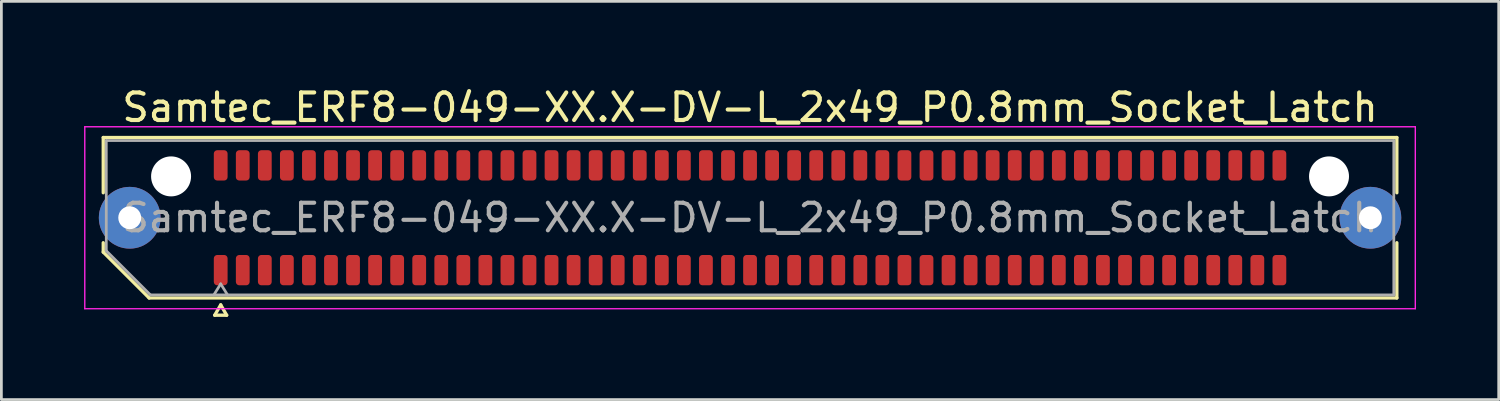
<source format=kicad_pcb>
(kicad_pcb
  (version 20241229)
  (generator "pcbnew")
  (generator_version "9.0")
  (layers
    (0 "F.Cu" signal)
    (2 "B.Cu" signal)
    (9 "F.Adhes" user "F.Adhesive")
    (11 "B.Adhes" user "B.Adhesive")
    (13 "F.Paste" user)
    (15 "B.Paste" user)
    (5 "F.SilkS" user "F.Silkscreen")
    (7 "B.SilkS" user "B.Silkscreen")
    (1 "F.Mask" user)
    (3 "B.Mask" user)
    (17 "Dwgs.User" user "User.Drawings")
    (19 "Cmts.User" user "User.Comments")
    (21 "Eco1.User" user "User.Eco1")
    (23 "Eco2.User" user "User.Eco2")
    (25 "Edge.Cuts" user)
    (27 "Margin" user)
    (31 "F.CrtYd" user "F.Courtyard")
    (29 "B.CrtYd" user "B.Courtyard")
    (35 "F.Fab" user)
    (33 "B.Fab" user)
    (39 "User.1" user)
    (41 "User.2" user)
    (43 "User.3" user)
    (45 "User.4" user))
  (footprint "Samtec_ERF8-049-XX.X-DV-L_2x49_P0.8mm_Socket_Latch"
    (layer "F.Cu")
    (at 24.155 4.848)
    (property "Reference" "Samtec_ERF8-049-XX.X-DV-L_2x49_P0.8mm_Socket_Latch" (at 0 -4 0) (layer "F.SilkS") (effects (font (size 1 1) (thickness 0.15))))
    (attr smd)
    (fp_line (start -23.46 -2.91) (end 23.46 -2.91) (stroke (width 0.12) (type solid)) (layer "F.SilkS"))
    (fp_line (start -23.46 -0.906) (end -23.46 -2.91) (stroke (width 0.12) (type solid)) (layer "F.SilkS"))
    (fp_line (start -23.46 1.246) (end -23.46 0.906) (stroke (width 0.12) (type solid)) (layer "F.SilkS"))
    (fp_line (start -21.796 2.91) (end -23.46 1.246) (stroke (width 0.12) (type solid)) (layer "F.SilkS"))
    (fp_line (start -19.417 3.535) (end -19.2 3.16) (stroke (width 0.12) (type solid)) (layer "F.SilkS"))
    (fp_line (start -19.2 3.16) (end -18.983 3.535) (stroke (width 0.12) (type solid)) (layer "F.SilkS"))
    (fp_line (start -18.983 3.535) (end -19.417 3.535) (stroke (width 0.12) (type solid)) (layer "F.SilkS"))
    (fp_line (start 23.46 -2.91) (end 23.46 -0.906) (stroke (width 0.12) (type solid)) (layer "F.SilkS"))
    (fp_line (start 23.46 0.906) (end 23.46 2.91) (stroke (width 0.12) (type solid)) (layer "F.SilkS"))
    (fp_line (start 23.46 2.91) (end -21.796 2.91) (stroke (width 0.12) (type solid)) (layer "F.SilkS"))
    (fp_line (start -24.13 -3.3) (end -24.13 3.3) (stroke (width 0.05) (type solid)) (layer "F.CrtYd"))
    (fp_line (start -24.13 3.3) (end 24.13 3.3) (stroke (width 0.05) (type solid)) (layer "F.CrtYd"))
    (fp_line (start 24.13 -3.3) (end -24.13 -3.3) (stroke (width 0.05) (type solid)) (layer "F.CrtYd"))
    (fp_line (start 24.13 3.3) (end 24.13 -3.3) (stroke (width 0.05) (type solid)) (layer "F.CrtYd"))
    (fp_line (start -23.35 -2.8) (end 23.35 -2.8) (stroke (width 0.1) (type solid)) (layer "F.Fab"))
    (fp_line (start -23.35 1.2) (end -23.35 -2.8) (stroke (width 0.1) (type solid)) (layer "F.Fab"))
    (fp_line (start -21.75 2.8) (end -23.35 1.2) (stroke (width 0.1) (type solid)) (layer "F.Fab"))
    (fp_line (start -19.2 2.4) (end -19.45 2.8) (stroke (width 0.1) (type solid)) (layer "F.Fab"))
    (fp_line (start -19.2 2.4) (end -18.95 2.8) (stroke (width 0.1) (type solid)) (layer "F.Fab"))
    (fp_line (start 23.35 -2.8) (end 23.35 2.8) (stroke (width 0.1) (type solid)) (layer "F.Fab"))
    (fp_line (start 23.35 2.8) (end -21.75 2.8) (stroke (width 0.1) (type solid)) (layer "F.Fab"))
    (fp_text user "${REFERENCE}" (at 0 0 0) (layer "F.Fab") (effects (font (size 1 1) (thickness 0.15))))
    (pad "" thru_hole circle (at -22.5 0) (size 2.24 2.24) (drill 0.83) (layers "*.Cu" "*.Mask" "F.Paste"))
    (pad "" np_thru_hole circle (at -21 -1.5) (size 1.45 1.45) (drill 1.45) (layers "*.Cu" "*.Mask"))
    (pad "" np_thru_hole circle (at 21 -1.5) (size 1.45 1.45) (drill 1.45) (layers "*.Cu" "*.Mask"))
    (pad "" thru_hole circle (at 22.5 0) (size 2.24 2.24) (drill 0.83) (layers "*.Cu" "*.Mask" "F.Paste"))
    (pad "1" smd roundrect (at -19.2 1.9) (size 0.5 1.1) (layers "F.Cu" "F.Mask" "F.Paste") (roundrect_rratio 0.25))
    (pad "2" smd roundrect (at -19.2 -1.9) (size 0.5 1.1) (layers "F.Cu" "F.Mask" "F.Paste") (roundrect_rratio 0.25))
    (pad "3" smd roundrect (at -18.4 1.9) (size 0.5 1.1) (layers "F.Cu" "F.Mask" "F.Paste") (roundrect_rratio 0.25))
    (pad "4" smd roundrect (at -18.4 -1.9) (size 0.5 1.1) (layers "F.Cu" "F.Mask" "F.Paste") (roundrect_rratio 0.25))
    (pad "5" smd roundrect (at -17.6 1.9) (size 0.5 1.1) (layers "F.Cu" "F.Mask" "F.Paste") (roundrect_rratio 0.25))
    (pad "6" smd roundrect (at -17.6 -1.9) (size 0.5 1.1) (layers "F.Cu" "F.Mask" "F.Paste") (roundrect_rratio 0.25))
    (pad "7" smd roundrect (at -16.8 1.9) (size 0.5 1.1) (layers "F.Cu" "F.Mask" "F.Paste") (roundrect_rratio 0.25))
    (pad "8" smd roundrect (at -16.8 -1.9) (size 0.5 1.1) (layers "F.Cu" "F.Mask" "F.Paste") (roundrect_rratio 0.25))
    (pad "9" smd roundrect (at -16 1.9) (size 0.5 1.1) (layers "F.Cu" "F.Mask" "F.Paste") (roundrect_rratio 0.25))
    (pad "10" smd roundrect (at -16 -1.9) (size 0.5 1.1) (layers "F.Cu" "F.Mask" "F.Paste") (roundrect_rratio 0.25))
    (pad "11" smd roundrect (at -15.2 1.9) (size 0.5 1.1) (layers "F.Cu" "F.Mask" "F.Paste") (roundrect_rratio 0.25))
    (pad "12" smd roundrect (at -15.2 -1.9) (size 0.5 1.1) (layers "F.Cu" "F.Mask" "F.Paste") (roundrect_rratio 0.25))
    (pad "13" smd roundrect (at -14.4 1.9) (size 0.5 1.1) (layers "F.Cu" "F.Mask" "F.Paste") (roundrect_rratio 0.25))
    (pad "14" smd roundrect (at -14.4 -1.9) (size 0.5 1.1) (layers "F.Cu" "F.Mask" "F.Paste") (roundrect_rratio 0.25))
    (pad "15" smd roundrect (at -13.6 1.9) (size 0.5 1.1) (layers "F.Cu" "F.Mask" "F.Paste") (roundrect_rratio 0.25))
    (pad "16" smd roundrect (at -13.6 -1.9) (size 0.5 1.1) (layers "F.Cu" "F.Mask" "F.Paste") (roundrect_rratio 0.25))
    (pad "17" smd roundrect (at -12.8 1.9) (size 0.5 1.1) (layers "F.Cu" "F.Mask" "F.Paste") (roundrect_rratio 0.25))
    (pad "18" smd roundrect (at -12.8 -1.9) (size 0.5 1.1) (layers "F.Cu" "F.Mask" "F.Paste") (roundrect_rratio 0.25))
    (pad "19" smd roundrect (at -12 1.9) (size 0.5 1.1) (layers "F.Cu" "F.Mask" "F.Paste") (roundrect_rratio 0.25))
    (pad "20" smd roundrect (at -12 -1.9) (size 0.5 1.1) (layers "F.Cu" "F.Mask" "F.Paste") (roundrect_rratio 0.25))
    (pad "21" smd roundrect (at -11.2 1.9) (size 0.5 1.1) (layers "F.Cu" "F.Mask" "F.Paste") (roundrect_rratio 0.25))
    (pad "22" smd roundrect (at -11.2 -1.9) (size 0.5 1.1) (layers "F.Cu" "F.Mask" "F.Paste") (roundrect_rratio 0.25))
    (pad "23" smd roundrect (at -10.4 1.9) (size 0.5 1.1) (layers "F.Cu" "F.Mask" "F.Paste") (roundrect_rratio 0.25))
    (pad "24" smd roundrect (at -10.4 -1.9) (size 0.5 1.1) (layers "F.Cu" "F.Mask" "F.Paste") (roundrect_rratio 0.25))
    (pad "25" smd roundrect (at -9.6 1.9) (size 0.5 1.1) (layers "F.Cu" "F.Mask" "F.Paste") (roundrect_rratio 0.25))
    (pad "26" smd roundrect (at -9.6 -1.9) (size 0.5 1.1) (layers "F.Cu" "F.Mask" "F.Paste") (roundrect_rratio 0.25))
    (pad "27" smd roundrect (at -8.8 1.9) (size 0.5 1.1) (layers "F.Cu" "F.Mask" "F.Paste") (roundrect_rratio 0.25))
    (pad "28" smd roundrect (at -8.8 -1.9) (size 0.5 1.1) (layers "F.Cu" "F.Mask" "F.Paste") (roundrect_rratio 0.25))
    (pad "29" smd roundrect (at -8 1.9) (size 0.5 1.1) (layers "F.Cu" "F.Mask" "F.Paste") (roundrect_rratio 0.25))
    (pad "30" smd roundrect (at -8 -1.9) (size 0.5 1.1) (layers "F.Cu" "F.Mask" "F.Paste") (roundrect_rratio 0.25))
    (pad "31" smd roundrect (at -7.2 1.9) (size 0.5 1.1) (layers "F.Cu" "F.Mask" "F.Paste") (roundrect_rratio 0.25))
    (pad "32" smd roundrect (at -7.2 -1.9) (size 0.5 1.1) (layers "F.Cu" "F.Mask" "F.Paste") (roundrect_rratio 0.25))
    (pad "33" smd roundrect (at -6.4 1.9) (size 0.5 1.1) (layers "F.Cu" "F.Mask" "F.Paste") (roundrect_rratio 0.25))
    (pad "34" smd roundrect (at -6.4 -1.9) (size 0.5 1.1) (layers "F.Cu" "F.Mask" "F.Paste") (roundrect_rratio 0.25))
    (pad "35" smd roundrect (at -5.6 1.9) (size 0.5 1.1) (layers "F.Cu" "F.Mask" "F.Paste") (roundrect_rratio 0.25))
    (pad "36" smd roundrect (at -5.6 -1.9) (size 0.5 1.1) (layers "F.Cu" "F.Mask" "F.Paste") (roundrect_rratio 0.25))
    (pad "37" smd roundrect (at -4.8 1.9) (size 0.5 1.1) (layers "F.Cu" "F.Mask" "F.Paste") (roundrect_rratio 0.25))
    (pad "38" smd roundrect (at -4.8 -1.9) (size 0.5 1.1) (layers "F.Cu" "F.Mask" "F.Paste") (roundrect_rratio 0.25))
    (pad "39" smd roundrect (at -4 1.9) (size 0.5 1.1) (layers "F.Cu" "F.Mask" "F.Paste") (roundrect_rratio 0.25))
    (pad "40" smd roundrect (at -4 -1.9) (size 0.5 1.1) (layers "F.Cu" "F.Mask" "F.Paste") (roundrect_rratio 0.25))
    (pad "41" smd roundrect (at -3.2 1.9) (size 0.5 1.1) (layers "F.Cu" "F.Mask" "F.Paste") (roundrect_rratio 0.25))
    (pad "42" smd roundrect (at -3.2 -1.9) (size 0.5 1.1) (layers "F.Cu" "F.Mask" "F.Paste") (roundrect_rratio 0.25))
    (pad "43" smd roundrect (at -2.4 1.9) (size 0.5 1.1) (layers "F.Cu" "F.Mask" "F.Paste") (roundrect_rratio 0.25))
    (pad "44" smd roundrect (at -2.4 -1.9) (size 0.5 1.1) (layers "F.Cu" "F.Mask" "F.Paste") (roundrect_rratio 0.25))
    (pad "45" smd roundrect (at -1.6 1.9) (size 0.5 1.1) (layers "F.Cu" "F.Mask" "F.Paste") (roundrect_rratio 0.25))
    (pad "46" smd roundrect (at -1.6 -1.9) (size 0.5 1.1) (layers "F.Cu" "F.Mask" "F.Paste") (roundrect_rratio 0.25))
    (pad "47" smd roundrect (at -0.8 1.9) (size 0.5 1.1) (layers "F.Cu" "F.Mask" "F.Paste") (roundrect_rratio 0.25))
    (pad "48" smd roundrect (at -0.8 -1.9) (size 0.5 1.1) (layers "F.Cu" "F.Mask" "F.Paste") (roundrect_rratio 0.25))
    (pad "49" smd roundrect (at 0 1.9) (size 0.5 1.1) (layers "F.Cu" "F.Mask" "F.Paste") (roundrect_rratio 0.25))
    (pad "50" smd roundrect (at 0 -1.9) (size 0.5 1.1) (layers "F.Cu" "F.Mask" "F.Paste") (roundrect_rratio 0.25))
    (pad "51" smd roundrect (at 0.8 1.9) (size 0.5 1.1) (layers "F.Cu" "F.Mask" "F.Paste") (roundrect_rratio 0.25))
    (pad "52" smd roundrect (at 0.8 -1.9) (size 0.5 1.1) (layers "F.Cu" "F.Mask" "F.Paste") (roundrect_rratio 0.25))
    (pad "53" smd roundrect (at 1.6 1.9) (size 0.5 1.1) (layers "F.Cu" "F.Mask" "F.Paste") (roundrect_rratio 0.25))
    (pad "54" smd roundrect (at 1.6 -1.9) (size 0.5 1.1) (layers "F.Cu" "F.Mask" "F.Paste") (roundrect_rratio 0.25))
    (pad "55" smd roundrect (at 2.4 1.9) (size 0.5 1.1) (layers "F.Cu" "F.Mask" "F.Paste") (roundrect_rratio 0.25))
    (pad "56" smd roundrect (at 2.4 -1.9) (size 0.5 1.1) (layers "F.Cu" "F.Mask" "F.Paste") (roundrect_rratio 0.25))
    (pad "57" smd roundrect (at 3.2 1.9) (size 0.5 1.1) (layers "F.Cu" "F.Mask" "F.Paste") (roundrect_rratio 0.25))
    (pad "58" smd roundrect (at 3.2 -1.9) (size 0.5 1.1) (layers "F.Cu" "F.Mask" "F.Paste") (roundrect_rratio 0.25))
    (pad "59" smd roundrect (at 4 1.9) (size 0.5 1.1) (layers "F.Cu" "F.Mask" "F.Paste") (roundrect_rratio 0.25))
    (pad "60" smd roundrect (at 4 -1.9) (size 0.5 1.1) (layers "F.Cu" "F.Mask" "F.Paste") (roundrect_rratio 0.25))
    (pad "61" smd roundrect (at 4.8 1.9) (size 0.5 1.1) (layers "F.Cu" "F.Mask" "F.Paste") (roundrect_rratio 0.25))
    (pad "62" smd roundrect (at 4.8 -1.9) (size 0.5 1.1) (layers "F.Cu" "F.Mask" "F.Paste") (roundrect_rratio 0.25))
    (pad "63" smd roundrect (at 5.6 1.9) (size 0.5 1.1) (layers "F.Cu" "F.Mask" "F.Paste") (roundrect_rratio 0.25))
    (pad "64" smd roundrect (at 5.6 -1.9) (size 0.5 1.1) (layers "F.Cu" "F.Mask" "F.Paste") (roundrect_rratio 0.25))
    (pad "65" smd roundrect (at 6.4 1.9) (size 0.5 1.1) (layers "F.Cu" "F.Mask" "F.Paste") (roundrect_rratio 0.25))
    (pad "66" smd roundrect (at 6.4 -1.9) (size 0.5 1.1) (layers "F.Cu" "F.Mask" "F.Paste") (roundrect_rratio 0.25))
    (pad "67" smd roundrect (at 7.2 1.9) (size 0.5 1.1) (layers "F.Cu" "F.Mask" "F.Paste") (roundrect_rratio 0.25))
    (pad "68" smd roundrect (at 7.2 -1.9) (size 0.5 1.1) (layers "F.Cu" "F.Mask" "F.Paste") (roundrect_rratio 0.25))
    (pad "69" smd roundrect (at 8 1.9) (size 0.5 1.1) (layers "F.Cu" "F.Mask" "F.Paste") (roundrect_rratio 0.25))
    (pad "70" smd roundrect (at 8 -1.9) (size 0.5 1.1) (layers "F.Cu" "F.Mask" "F.Paste") (roundrect_rratio 0.25))
    (pad "71" smd roundrect (at 8.8 1.9) (size 0.5 1.1) (layers "F.Cu" "F.Mask" "F.Paste") (roundrect_rratio 0.25))
    (pad "72" smd roundrect (at 8.8 -1.9) (size 0.5 1.1) (layers "F.Cu" "F.Mask" "F.Paste") (roundrect_rratio 0.25))
    (pad "73" smd roundrect (at 9.6 1.9) (size 0.5 1.1) (layers "F.Cu" "F.Mask" "F.Paste") (roundrect_rratio 0.25))
    (pad "74" smd roundrect (at 9.6 -1.9) (size 0.5 1.1) (layers "F.Cu" "F.Mask" "F.Paste") (roundrect_rratio 0.25))
    (pad "75" smd roundrect (at 10.4 1.9) (size 0.5 1.1) (layers "F.Cu" "F.Mask" "F.Paste") (roundrect_rratio 0.25))
    (pad "76" smd roundrect (at 10.4 -1.9) (size 0.5 1.1) (layers "F.Cu" "F.Mask" "F.Paste") (roundrect_rratio 0.25))
    (pad "77" smd roundrect (at 11.2 1.9) (size 0.5 1.1) (layers "F.Cu" "F.Mask" "F.Paste") (roundrect_rratio 0.25))
    (pad "78" smd roundrect (at 11.2 -1.9) (size 0.5 1.1) (layers "F.Cu" "F.Mask" "F.Paste") (roundrect_rratio 0.25))
    (pad "79" smd roundrect (at 12 1.9) (size 0.5 1.1) (layers "F.Cu" "F.Mask" "F.Paste") (roundrect_rratio 0.25))
    (pad "80" smd roundrect (at 12 -1.9) (size 0.5 1.1) (layers "F.Cu" "F.Mask" "F.Paste") (roundrect_rratio 0.25))
    (pad "81" smd roundrect (at 12.8 1.9) (size 0.5 1.1) (layers "F.Cu" "F.Mask" "F.Paste") (roundrect_rratio 0.25))
    (pad "82" smd roundrect (at 12.8 -1.9) (size 0.5 1.1) (layers "F.Cu" "F.Mask" "F.Paste") (roundrect_rratio 0.25))
    (pad "83" smd roundrect (at 13.6 1.9) (size 0.5 1.1) (layers "F.Cu" "F.Mask" "F.Paste") (roundrect_rratio 0.25))
    (pad "84" smd roundrect (at 13.6 -1.9) (size 0.5 1.1) (layers "F.Cu" "F.Mask" "F.Paste") (roundrect_rratio 0.25))
    (pad "85" smd roundrect (at 14.4 1.9) (size 0.5 1.1) (layers "F.Cu" "F.Mask" "F.Paste") (roundrect_rratio 0.25))
    (pad "86" smd roundrect (at 14.4 -1.9) (size 0.5 1.1) (layers "F.Cu" "F.Mask" "F.Paste") (roundrect_rratio 0.25))
    (pad "87" smd roundrect (at 15.2 1.9) (size 0.5 1.1) (layers "F.Cu" "F.Mask" "F.Paste") (roundrect_rratio 0.25))
    (pad "88" smd roundrect (at 15.2 -1.9) (size 0.5 1.1) (layers "F.Cu" "F.Mask" "F.Paste") (roundrect_rratio 0.25))
    (pad "89" smd roundrect (at 16 1.9) (size 0.5 1.1) (layers "F.Cu" "F.Mask" "F.Paste") (roundrect_rratio 0.25))
    (pad "90" smd roundrect (at 16 -1.9) (size 0.5 1.1) (layers "F.Cu" "F.Mask" "F.Paste") (roundrect_rratio 0.25))
    (pad "91" smd roundrect (at 16.8 1.9) (size 0.5 1.1) (layers "F.Cu" "F.Mask" "F.Paste") (roundrect_rratio 0.25))
    (pad "92" smd roundrect (at 16.8 -1.9) (size 0.5 1.1) (layers "F.Cu" "F.Mask" "F.Paste") (roundrect_rratio 0.25))
    (pad "93" smd roundrect (at 17.6 1.9) (size 0.5 1.1) (layers "F.Cu" "F.Mask" "F.Paste") (roundrect_rratio 0.25))
    (pad "94" smd roundrect (at 17.6 -1.9) (size 0.5 1.1) (layers "F.Cu" "F.Mask" "F.Paste") (roundrect_rratio 0.25))
    (pad "95" smd roundrect (at 18.4 1.9) (size 0.5 1.1) (layers "F.Cu" "F.Mask" "F.Paste") (roundrect_rratio 0.25))
    (pad "96" smd roundrect (at 18.4 -1.9) (size 0.5 1.1) (layers "F.Cu" "F.Mask" "F.Paste") (roundrect_rratio 0.25))
    (pad "97" smd roundrect (at 19.2 1.9) (size 0.5 1.1) (layers "F.Cu" "F.Mask" "F.Paste") (roundrect_rratio 0.25))
    (pad "98" smd roundrect (at 19.2 -1.9) (size 0.5 1.1) (layers "F.Cu" "F.Mask" "F.Paste") (roundrect_rratio 0.25)))
  (gr_rect
    (start -3 -3)
    (end 51.31 11.443)
    (stroke (width 0.1) (type default))
    (fill no)
    (layer "Edge.Cuts")))
</source>
